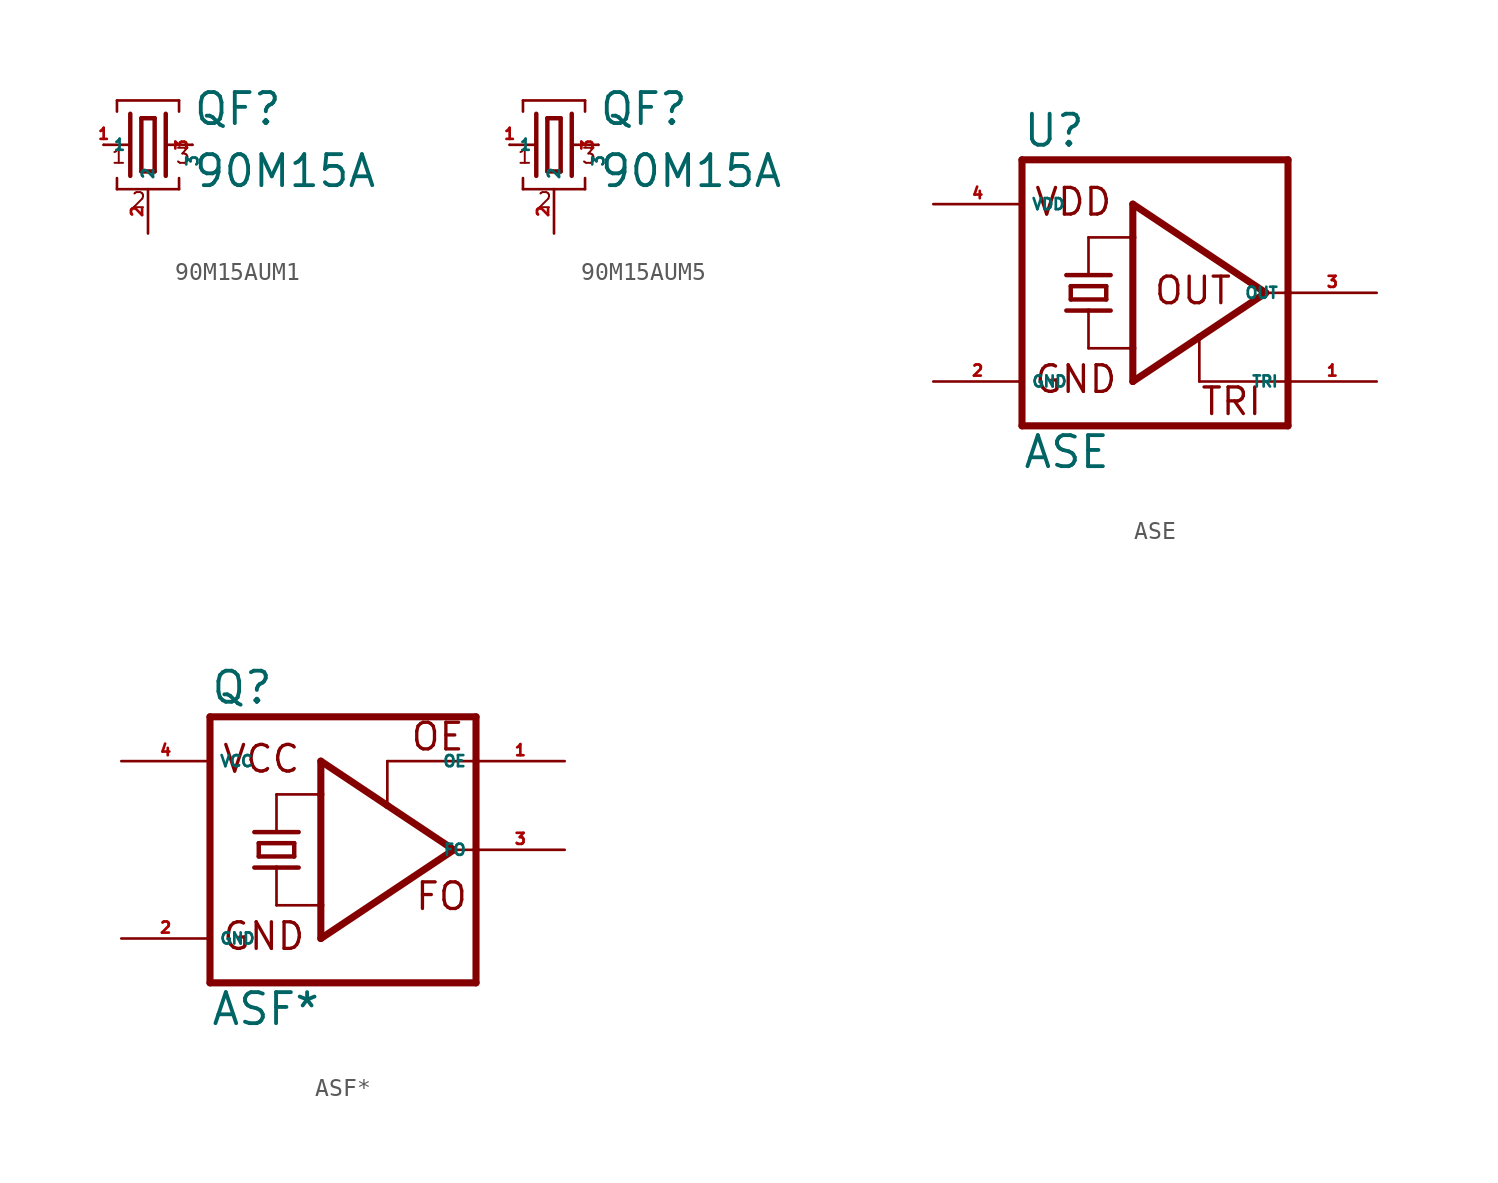
<source format=kicad_sym>
(kicad_symbol_lib
  (version 20220914)
  (generator Eagle2Kicad)
  (symbol "90M15AUM1"
    (property "Reference" "QF"
      (at 2.54 1.016 0)
      (effects (font (size 1.778 1.778) (thickness 0.22)) (justify left bottom)))
    (property "Value" "90M15A"
      (at 2.54 -2.54 0)
      (effects (font (size 1.778 1.778) (thickness 0.22)) (justify left bottom)))
    (polyline
      (pts (xy 1.016 0) (xy 2.54 0))
      (stroke (width 0.152) (type default))
      (fill (type none)))
    (polyline
      (pts (xy -2.54 0) (xy -1.016 0))
      (stroke (width 0.152) (type default))
      (fill (type none)))
    (polyline
      (pts (xy -0.381 1.524) (xy -0.381 -1.524))
      (stroke (width 0.254) (type default))
      (fill (type none)))
    (polyline
      (pts (xy -0.381 -1.524) (xy 0.381 -1.524))
      (stroke (width 0.254) (type default))
      (fill (type none)))
    (polyline
      (pts (xy 0.381 -1.524) (xy 0.381 1.524))
      (stroke (width 0.254) (type default))
      (fill (type none)))
    (polyline
      (pts (xy 0.381 1.524) (xy -0.381 1.524))
      (stroke (width 0.254) (type default))
      (fill (type none)))
    (polyline
      (pts (xy 1.016 1.778) (xy 1.016 -1.778))
      (stroke (width 0.254) (type default))
      (fill (type none)))
    (polyline
      (pts (xy -1.016 1.778) (xy -1.016 -1.778))
      (stroke (width 0.254) (type default))
      (fill (type none)))
    (polyline
      (pts (xy -1.778 1.905) (xy -1.778 2.54))
      (stroke (width 0.152) (type default))
      (fill (type none)))
    (polyline
      (pts (xy -1.778 2.54) (xy 1.778 2.54))
      (stroke (width 0.152) (type default))
      (fill (type none)))
    (polyline
      (pts (xy 1.778 2.54) (xy 1.778 1.905))
      (stroke (width 0.152) (type default))
      (fill (type none)))
    (polyline
      (pts (xy 1.778 -1.905) (xy 1.778 -2.54))
      (stroke (width 0.152) (type default))
      (fill (type none)))
    (polyline
      (pts (xy -1.778 -2.54) (xy 1.778 -2.54))
      (stroke (width 0.152) (type default))
      (fill (type none)))
    (polyline
      (pts (xy -1.778 -2.54) (xy -1.778 -1.905))
      (stroke (width 0.152) (type default))
      (fill (type none)))
    (text "1"
      (at -2.159 -1.143 0)
      (effects (font (size 0.864 0.864) (thickness 0.11)) (justify left bottom)))
    (text "2"
      (at -1.016 -3.683 0)
      (effects (font (size 0.864 0.864) (thickness 0.11)) (justify left bottom)))
    (text "3"
      (at 1.524 -1.143 0)
      (effects (font (size 0.864 0.864) (thickness 0.11)) (justify left bottom)))
    (pin passive line
      (at 2.54 0 270)
      (length 0)
      (name "3" (effects (font (size 0.635 0.635) (thickness 0.08)) (justify left bottom)))
      (number "3" (effects (font (size 0.635 0.635) (thickness 0.08)) (justify left bottom))))
    (pin passive line
      (at -2.54 0 0)
      (length 0)
      (name "1" (effects (font (size 0.635 0.635) (thickness 0.08)) (justify left bottom)))
      (number "1" (effects (font (size 0.635 0.635) (thickness 0.08)) (justify left bottom))))
    (pin passive line
      (at 0 -5.08 90)
      (length 2.54)
      (name "2" (effects (font (size 0.635 0.635) (thickness 0.08)) (justify left bottom)))
      (number "2" (effects (font (size 0.635 0.635) (thickness 0.08)) (justify left bottom)))))
  (symbol "90M15AUM5"
    (property "Reference" "QF"
      (at 2.54 1.016 0)
      (effects (font (size 1.778 1.778) (thickness 0.22)) (justify left bottom)))
    (property "Value" "90M15A"
      (at 2.54 -2.54 0)
      (effects (font (size 1.778 1.778) (thickness 0.22)) (justify left bottom)))
    (polyline
      (pts (xy 1.016 0) (xy 2.54 0))
      (stroke (width 0.152) (type default))
      (fill (type none)))
    (polyline
      (pts (xy -2.54 0) (xy -1.016 0))
      (stroke (width 0.152) (type default))
      (fill (type none)))
    (polyline
      (pts (xy -0.381 1.524) (xy -0.381 -1.524))
      (stroke (width 0.254) (type default))
      (fill (type none)))
    (polyline
      (pts (xy -0.381 -1.524) (xy 0.381 -1.524))
      (stroke (width 0.254) (type default))
      (fill (type none)))
    (polyline
      (pts (xy 0.381 -1.524) (xy 0.381 1.524))
      (stroke (width 0.254) (type default))
      (fill (type none)))
    (polyline
      (pts (xy 0.381 1.524) (xy -0.381 1.524))
      (stroke (width 0.254) (type default))
      (fill (type none)))
    (polyline
      (pts (xy 1.016 1.778) (xy 1.016 -1.778))
      (stroke (width 0.254) (type default))
      (fill (type none)))
    (polyline
      (pts (xy -1.016 1.778) (xy -1.016 -1.778))
      (stroke (width 0.254) (type default))
      (fill (type none)))
    (polyline
      (pts (xy -1.778 1.905) (xy -1.778 2.54))
      (stroke (width 0.152) (type default))
      (fill (type none)))
    (polyline
      (pts (xy -1.778 2.54) (xy 1.778 2.54))
      (stroke (width 0.152) (type default))
      (fill (type none)))
    (polyline
      (pts (xy 1.778 2.54) (xy 1.778 1.905))
      (stroke (width 0.152) (type default))
      (fill (type none)))
    (polyline
      (pts (xy 1.778 -1.905) (xy 1.778 -2.54))
      (stroke (width 0.152) (type default))
      (fill (type none)))
    (polyline
      (pts (xy -1.778 -2.54) (xy 1.778 -2.54))
      (stroke (width 0.152) (type default))
      (fill (type none)))
    (polyline
      (pts (xy -1.778 -2.54) (xy -1.778 -1.905))
      (stroke (width 0.152) (type default))
      (fill (type none)))
    (text "1"
      (at -2.159 -1.143 0)
      (effects (font (size 0.864 0.864) (thickness 0.11)) (justify left bottom)))
    (text "2"
      (at -1.016 -3.683 0)
      (effects (font (size 0.864 0.864) (thickness 0.11)) (justify left bottom)))
    (text "3"
      (at 1.524 -1.143 0)
      (effects (font (size 0.864 0.864) (thickness 0.11)) (justify left bottom)))
    (pin passive line
      (at 2.54 0 270)
      (length 0)
      (name "3" (effects (font (size 0.635 0.635) (thickness 0.08)) (justify left bottom)))
      (number "3" (effects (font (size 0.635 0.635) (thickness 0.08)) (justify left bottom))))
    (pin passive line
      (at -2.54 0 0)
      (length 0)
      (name "1" (effects (font (size 0.635 0.635) (thickness 0.08)) (justify left bottom)))
      (number "1" (effects (font (size 0.635 0.635) (thickness 0.08)) (justify left bottom))))
    (pin passive line
      (at 0 -5.08 90)
      (length 2.54)
      (name "2" (effects (font (size 0.635 0.635) (thickness 0.08)) (justify left bottom)))
      (number "2" (effects (font (size 0.635 0.635) (thickness 0.08)) (justify left bottom)))))
  (symbol "ASE"
    (property "Reference" "U"
      (at -7.62 8.255 0)
      (effects (font (size 1.778 1.778) (thickness 0.22)) (justify left bottom)))
    (property "Value" "ASE"
      (at -7.62 -10.16 0)
      (effects (font (size 1.778 1.778) (thickness 0.22)) (justify left bottom)))
    (polyline
      (pts (xy -7.62 7.62) (xy -7.62 -7.62))
      (stroke (width 0.406) (type default))
      (fill (type none)))
    (polyline
      (pts (xy 7.62 -7.62) (xy -7.62 -7.62))
      (stroke (width 0.406) (type default))
      (fill (type none)))
    (polyline
      (pts (xy 7.62 -7.62) (xy 7.62 -5.08))
      (stroke (width 0.406) (type default))
      (fill (type none)))
    (polyline
      (pts (xy 7.62 -5.08) (xy 7.62 0))
      (stroke (width 0.406) (type default))
      (fill (type none)))
    (polyline
      (pts (xy 7.62 0) (xy 7.62 7.62))
      (stroke (width 0.406) (type default))
      (fill (type none)))
    (polyline
      (pts (xy -7.62 7.62) (xy 7.62 7.62))
      (stroke (width 0.406) (type default))
      (fill (type none)))
    (polyline
      (pts (xy -1.27 5.08) (xy 6.35 0))
      (stroke (width 0.406) (type default))
      (fill (type none)))
    (polyline
      (pts (xy 6.35 0) (xy 2.54 -2.54))
      (stroke (width 0.406) (type default))
      (fill (type none)))
    (polyline
      (pts (xy 2.54 -2.54) (xy -1.27 -5.08))
      (stroke (width 0.406) (type default))
      (fill (type none)))
    (polyline
      (pts (xy -1.27 -5.08) (xy -1.27 -3.175))
      (stroke (width 0.406) (type default))
      (fill (type none)))
    (polyline
      (pts (xy -1.27 -3.175) (xy -1.27 3.175))
      (stroke (width 0.406) (type default))
      (fill (type none)))
    (polyline
      (pts (xy -1.27 3.175) (xy -1.27 5.08))
      (stroke (width 0.406) (type default))
      (fill (type none)))
    (polyline
      (pts (xy -3.81 3.175) (xy -1.27 3.175))
      (stroke (width 0.152) (type default))
      (fill (type none)))
    (polyline
      (pts (xy -3.81 -3.175) (xy -1.27 -3.175))
      (stroke (width 0.152) (type default))
      (fill (type none)))
    (polyline
      (pts (xy 6.35 0) (xy 7.62 0))
      (stroke (width 0.152) (type default))
      (fill (type none)))
    (polyline
      (pts (xy -4.826 -0.381) (xy -4.826 0.381))
      (stroke (width 0.254) (type default))
      (fill (type none)))
    (polyline
      (pts (xy -4.826 0.381) (xy -2.794 0.381))
      (stroke (width 0.254) (type default))
      (fill (type none)))
    (polyline
      (pts (xy -2.794 0.381) (xy -2.794 -0.381))
      (stroke (width 0.254) (type default))
      (fill (type none)))
    (polyline
      (pts (xy -4.826 -0.381) (xy -2.794 -0.381))
      (stroke (width 0.254) (type default))
      (fill (type none)))
    (polyline
      (pts (xy -5.08 -1.016) (xy -3.81 -1.016))
      (stroke (width 0.254) (type default))
      (fill (type none)))
    (polyline
      (pts (xy -3.81 -1.016) (xy -2.54 -1.016))
      (stroke (width 0.254) (type default))
      (fill (type none)))
    (polyline
      (pts (xy -3.81 1.016) (xy -3.81 3.175))
      (stroke (width 0.152) (type default))
      (fill (type none)))
    (polyline
      (pts (xy -3.81 -3.175) (xy -3.81 -1.016))
      (stroke (width 0.152) (type default))
      (fill (type none)))
    (polyline
      (pts (xy -5.08 1.016) (xy -2.54 1.016))
      (stroke (width 0.254) (type default))
      (fill (type none)))
    (polyline
      (pts (xy 2.54 -5.08) (xy 2.54 -2.54))
      (stroke (width 0.152) (type default))
      (fill (type none)))
    (polyline
      (pts (xy 7.62 -5.08) (xy 2.54 -5.08))
      (stroke (width 0.152) (type default))
      (fill (type none)))
    (text "VDD"
      (at -6.985 4.318 0)
      (effects (font (size 1.524 1.524) (thickness 0.19)) (justify left bottom)))
    (text "GND"
      (at -6.985 -5.842 0)
      (effects (font (size 1.524 1.524) (thickness 0.19)) (justify left bottom)))
    (text "OUT"
      (at -0.127 -0.762 0)
      (effects (font (size 1.524 1.524) (thickness 0.19)) (justify left bottom)))
    (text "TRI"
      (at 2.54 -7.112 0)
      (effects (font (size 1.524 1.524) (thickness 0.19)) (justify left bottom)))
    (pin unspecified line
      (at -12.7 -5.08 0)
      (length 5.08)
      (name "GND" (effects (font (size 0.635 0.635) (thickness 0.08)) (justify left bottom)))
      (number "2" (effects (font (size 0.635 0.635) (thickness 0.08)) (justify left bottom))))
    (pin unspecified line
      (at -12.7 5.08 0)
      (length 5.08)
      (name "VDD" (effects (font (size 0.635 0.635) (thickness 0.08)) (justify left bottom)))
      (number "4" (effects (font (size 0.635 0.635) (thickness 0.08)) (justify left bottom))))
    (pin output line
      (at 12.7 0 180)
      (length 5.08)
      (name "OUT" (effects (font (size 0.635 0.635) (thickness 0.08)) (justify left bottom)))
      (number "3" (effects (font (size 0.635 0.635) (thickness 0.08)) (justify left bottom))))
    (pin input line
      (at 12.7 -5.08 180)
      (length 5.08)
      (name "TRI" (effects (font (size 0.635 0.635) (thickness 0.08)) (justify left bottom)))
      (number "1" (effects (font (size 0.635 0.635) (thickness 0.08)) (justify left bottom)))))
  (symbol "ASF*"
    (property "Reference" "Q"
      (at -7.62 8.255 0)
      (effects (font (size 1.778 1.778) (thickness 0.22)) (justify left bottom)))
    (property "Value" "ASF*"
      (at -7.62 -10.16 0)
      (effects (font (size 1.778 1.778) (thickness 0.22)) (justify left bottom)))
    (polyline
      (pts (xy -7.62 7.62) (xy -7.62 -7.62))
      (stroke (width 0.406) (type default))
      (fill (type none)))
    (polyline
      (pts (xy 7.62 -7.62) (xy -7.62 -7.62))
      (stroke (width 0.406) (type default))
      (fill (type none)))
    (polyline
      (pts (xy 7.62 -7.62) (xy 7.62 0))
      (stroke (width 0.406) (type default))
      (fill (type none)))
    (polyline
      (pts (xy 7.62 0) (xy 7.62 5.08))
      (stroke (width 0.406) (type default))
      (fill (type none)))
    (polyline
      (pts (xy 7.62 5.08) (xy 7.62 7.62))
      (stroke (width 0.406) (type default))
      (fill (type none)))
    (polyline
      (pts (xy -7.62 7.62) (xy 7.62 7.62))
      (stroke (width 0.406) (type default))
      (fill (type none)))
    (polyline
      (pts (xy -1.27 5.08) (xy 2.54 2.54))
      (stroke (width 0.406) (type default))
      (fill (type none)))
    (polyline
      (pts (xy 2.54 2.54) (xy 6.35 0))
      (stroke (width 0.406) (type default))
      (fill (type none)))
    (polyline
      (pts (xy 6.35 0) (xy -1.27 -5.08))
      (stroke (width 0.406) (type default))
      (fill (type none)))
    (polyline
      (pts (xy -1.27 -5.08) (xy -1.27 -3.175))
      (stroke (width 0.406) (type default))
      (fill (type none)))
    (polyline
      (pts (xy -1.27 -3.175) (xy -1.27 3.175))
      (stroke (width 0.406) (type default))
      (fill (type none)))
    (polyline
      (pts (xy -1.27 3.175) (xy -1.27 5.08))
      (stroke (width 0.406) (type default))
      (fill (type none)))
    (polyline
      (pts (xy -3.81 3.175) (xy -1.27 3.175))
      (stroke (width 0.152) (type default))
      (fill (type none)))
    (polyline
      (pts (xy -3.81 -3.175) (xy -1.27 -3.175))
      (stroke (width 0.152) (type default))
      (fill (type none)))
    (polyline
      (pts (xy 6.35 0) (xy 7.62 0))
      (stroke (width 0.152) (type default))
      (fill (type none)))
    (polyline
      (pts (xy 7.62 5.08) (xy 2.54 5.08))
      (stroke (width 0.152) (type default))
      (fill (type none)))
    (polyline
      (pts (xy 2.54 5.08) (xy 2.54 2.54))
      (stroke (width 0.152) (type default))
      (fill (type none)))
    (polyline
      (pts (xy -4.826 -0.381) (xy -4.826 0.381))
      (stroke (width 0.254) (type default))
      (fill (type none)))
    (polyline
      (pts (xy -4.826 0.381) (xy -2.794 0.381))
      (stroke (width 0.254) (type default))
      (fill (type none)))
    (polyline
      (pts (xy -2.794 0.381) (xy -2.794 -0.381))
      (stroke (width 0.254) (type default))
      (fill (type none)))
    (polyline
      (pts (xy -4.826 -0.381) (xy -2.794 -0.381))
      (stroke (width 0.254) (type default))
      (fill (type none)))
    (polyline
      (pts (xy -5.08 -1.016) (xy -3.81 -1.016))
      (stroke (width 0.254) (type default))
      (fill (type none)))
    (polyline
      (pts (xy -3.81 -1.016) (xy -2.54 -1.016))
      (stroke (width 0.254) (type default))
      (fill (type none)))
    (polyline
      (pts (xy -3.81 1.016) (xy -3.81 3.175))
      (stroke (width 0.152) (type default))
      (fill (type none)))
    (polyline
      (pts (xy -3.81 -3.175) (xy -3.81 -1.016))
      (stroke (width 0.152) (type default))
      (fill (type none)))
    (polyline
      (pts (xy -5.08 1.016) (xy -2.54 1.016))
      (stroke (width 0.254) (type default))
      (fill (type none)))
    (text "GND"
      (at -6.985 -5.842 0)
      (effects (font (size 1.524 1.524) (thickness 0.19)) (justify left bottom)))
    (text "VCC"
      (at -6.985 4.318 0)
      (effects (font (size 1.524 1.524) (thickness 0.19)) (justify left bottom)))
    (text "FO"
      (at 4.064 -3.556 0)
      (effects (font (size 1.524 1.524) (thickness 0.19)) (justify left bottom)))
    (text "OE"
      (at 3.81 5.588 0)
      (effects (font (size 1.524 1.524) (thickness 0.19)) (justify left bottom)))
    (pin unspecified line
      (at -12.7 -5.08 0)
      (length 5.08)
      (name "GND" (effects (font (size 0.635 0.635) (thickness 0.08)) (justify left bottom)))
      (number "2" (effects (font (size 0.635 0.635) (thickness 0.08)) (justify left bottom))))
    (pin unspecified line
      (at -12.7 5.08 0)
      (length 5.08)
      (name "VCC" (effects (font (size 0.635 0.635) (thickness 0.08)) (justify left bottom)))
      (number "4" (effects (font (size 0.635 0.635) (thickness 0.08)) (justify left bottom))))
    (pin output line
      (at 12.7 0 180)
      (length 5.08)
      (name "FO" (effects (font (size 0.635 0.635) (thickness 0.08)) (justify left bottom)))
      (number "3" (effects (font (size 0.635 0.635) (thickness 0.08)) (justify left bottom))))
    (pin input line
      (at 12.7 5.08 180)
      (length 5.08)
      (name "OE" (effects (font (size 0.635 0.635) (thickness 0.08)) (justify left bottom)))
      (number "1" (effects (font (size 0.635 0.635) (thickness 0.08)) (justify left bottom))))))
</source>
